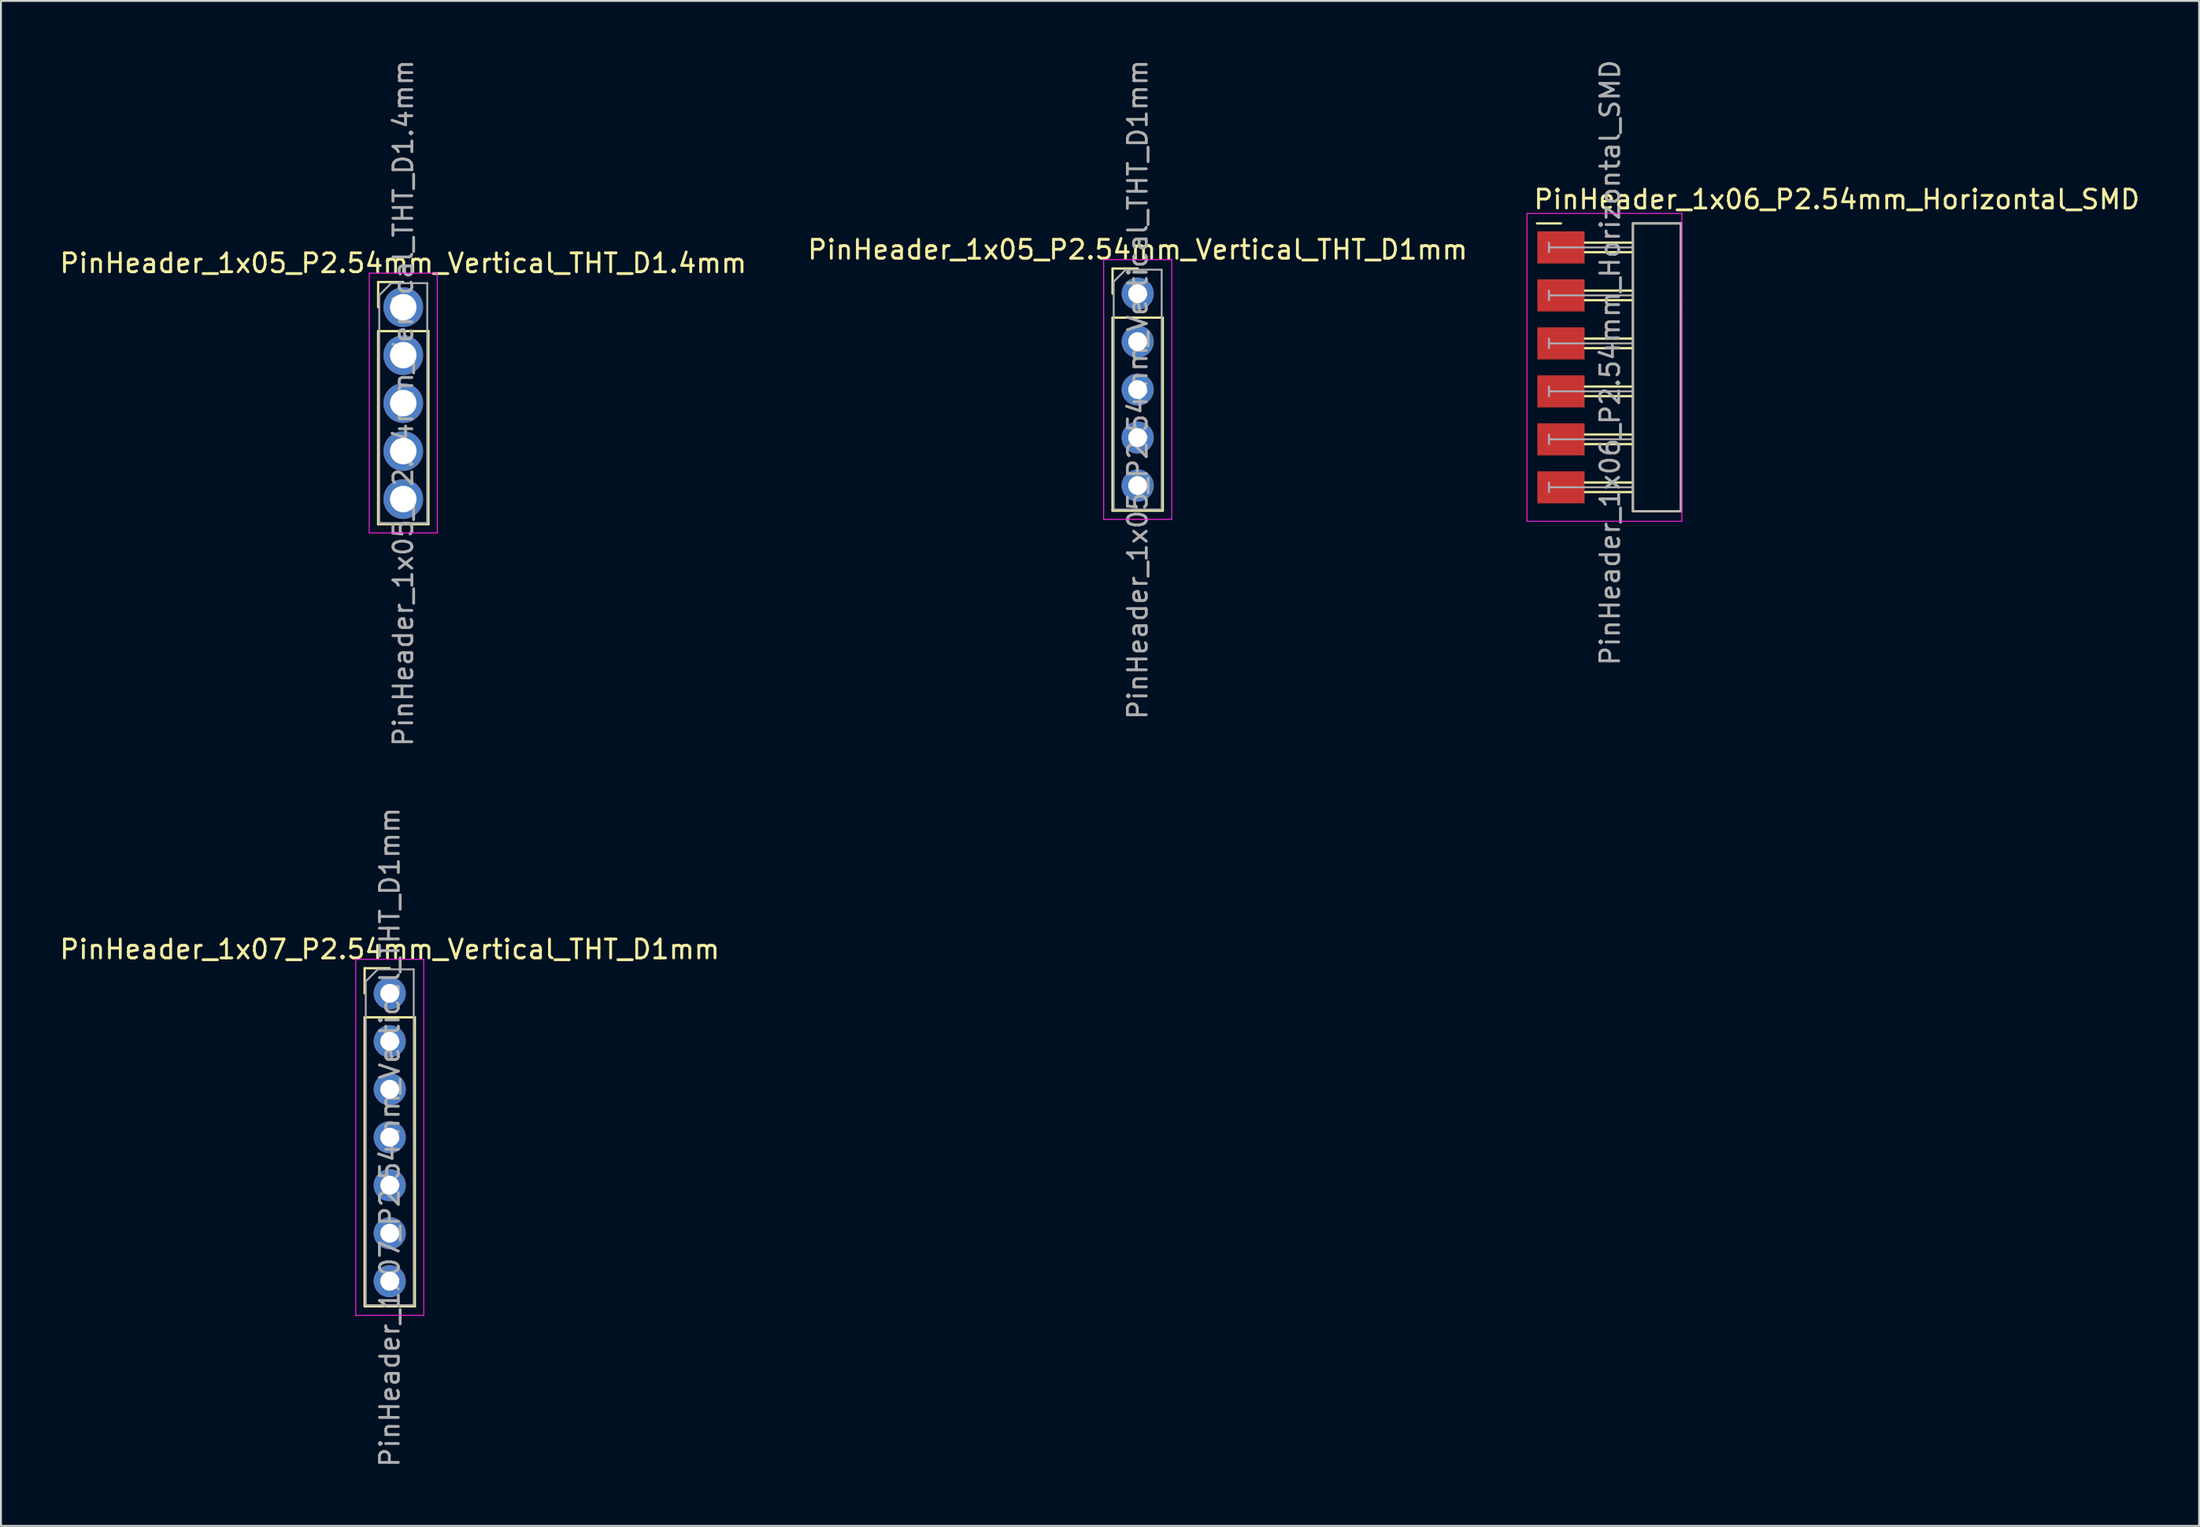
<source format=kicad_pcb>
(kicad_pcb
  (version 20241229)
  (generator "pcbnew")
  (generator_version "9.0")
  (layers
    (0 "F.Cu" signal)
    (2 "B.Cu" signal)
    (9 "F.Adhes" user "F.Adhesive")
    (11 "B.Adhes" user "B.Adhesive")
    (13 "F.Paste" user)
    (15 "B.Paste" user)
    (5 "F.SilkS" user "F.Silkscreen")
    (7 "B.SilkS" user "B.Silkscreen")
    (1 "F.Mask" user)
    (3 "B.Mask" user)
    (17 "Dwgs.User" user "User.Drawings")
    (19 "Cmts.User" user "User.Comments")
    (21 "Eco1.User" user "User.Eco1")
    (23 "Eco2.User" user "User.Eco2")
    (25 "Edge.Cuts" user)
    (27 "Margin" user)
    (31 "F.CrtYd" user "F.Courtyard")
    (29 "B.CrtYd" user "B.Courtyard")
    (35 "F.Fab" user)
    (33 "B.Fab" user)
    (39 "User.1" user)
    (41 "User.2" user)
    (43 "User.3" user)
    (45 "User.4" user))
  (footprint "PinHeader_1x05_P2.54mm_Vertical_THT_D1.4mm"
    (layer "F.Cu")
    (at 18.292 13.212)
    (property "Reference" "PinHeader_1x05_P2.54mm_Vertical_THT_D1.4mm" (at 0 -2.33 0) (layer "F.SilkS") (effects (font (size 1 1) (thickness 0.15))))
    (attr through_hole)
    (fp_line (start -1.33 -1.33) (end 0 -1.33) (stroke (width 0.12) (type solid)) (layer "F.SilkS"))
    (fp_line (start -1.33 0) (end -1.33 -1.33) (stroke (width 0.12) (type solid)) (layer "F.SilkS"))
    (fp_line (start -1.33 1.27) (end -1.33 11.49) (stroke (width 0.12) (type solid)) (layer "F.SilkS"))
    (fp_line (start -1.33 1.27) (end 1.33 1.27) (stroke (width 0.12) (type solid)) (layer "F.SilkS"))
    (fp_line (start -1.33 11.49) (end 1.33 11.49) (stroke (width 0.12) (type solid)) (layer "F.SilkS"))
    (fp_line (start 1.33 1.27) (end 1.33 11.49) (stroke (width 0.12) (type solid)) (layer "F.SilkS"))
    (fp_line (start -1.8 -1.8) (end -1.8 11.95) (stroke (width 0.05) (type solid)) (layer "F.CrtYd"))
    (fp_line (start -1.8 11.95) (end 1.8 11.95) (stroke (width 0.05) (type solid)) (layer "F.CrtYd"))
    (fp_line (start 1.8 -1.8) (end -1.8 -1.8) (stroke (width 0.05) (type solid)) (layer "F.CrtYd"))
    (fp_line (start 1.8 11.95) (end 1.8 -1.8) (stroke (width 0.05) (type solid)) (layer "F.CrtYd"))
    (fp_line (start -1.27 -0.635) (end -0.635 -1.27) (stroke (width 0.1) (type solid)) (layer "F.Fab"))
    (fp_line (start -1.27 11.43) (end -1.27 -0.635) (stroke (width 0.1) (type solid)) (layer "F.Fab"))
    (fp_line (start -0.635 -1.27) (end 1.27 -1.27) (stroke (width 0.1) (type solid)) (layer "F.Fab"))
    (fp_line (start 1.27 -1.27) (end 1.27 11.43) (stroke (width 0.1) (type solid)) (layer "F.Fab"))
    (fp_line (start 1.27 11.43) (end -1.27 11.43) (stroke (width 0.1) (type solid)) (layer "F.Fab"))
    (fp_text user "${REFERENCE}" (at 0 5.08 90) (layer "F.Fab") (effects (font (size 1 1) (thickness 0.15))))
    (pad "1" thru_hole circle (at 0 0) (size 2.1 2.1) (drill 1.4) (layers "*.Cu" "*.Mask"))
    (pad "2" thru_hole circle (at 0 2.54) (size 2.1 2.1) (drill 1.4) (layers "*.Cu" "*.Mask"))
    (pad "3" thru_hole circle (at 0 5.08) (size 2.1 2.1) (drill 1.4) (layers "*.Cu" "*.Mask"))
    (pad "4" thru_hole circle (at 0 7.62) (size 2.1 2.1) (drill 1.4) (layers "*.Cu" "*.Mask"))
    (pad "5" thru_hole circle (at 0 10.16) (size 2.1 2.1) (drill 1.4) (layers "*.Cu" "*.Mask")))
  (footprint "PinHeader_1x06_P2.54mm_Horizontal_SMD"
    (layer "F.Cu")
    (at 79.563 10.049)
    (property "Reference" "PinHeader_1x06_P2.54mm_Horizontal_SMD" (at -1.524 -2.54 180) (layer "F.SilkS") (effects (font (size 1 1) (thickness 0.15)) (justify left)))
    (attr smd)
    (fp_line (start -1.27 -1.27) (end 0 -1.27) (stroke (width 0.12) (type solid)) (layer "F.SilkS"))
    (fp_line (start 3.81 -1.27) (end 6.35 -1.27) (stroke (width 0.12) (type solid)) (layer "F.SilkS"))
    (fp_line (start 3.81 -0.254) (end 1.27 -0.254) (stroke (width 0.12) (type solid)) (layer "F.SilkS"))
    (fp_line (start 3.81 0.254) (end 1.27 0.254) (stroke (width 0.12) (type solid)) (layer "F.SilkS"))
    (fp_line (start 3.81 2.286) (end 1.27 2.286) (stroke (width 0.12) (type solid)) (layer "F.SilkS"))
    (fp_line (start 3.81 2.794) (end 1.27 2.794) (stroke (width 0.12) (type solid)) (layer "F.SilkS"))
    (fp_line (start 3.81 4.826) (end 1.27 4.826) (stroke (width 0.12) (type solid)) (layer "F.SilkS"))
    (fp_line (start 3.81 5.334) (end 1.27 5.334) (stroke (width 0.12) (type solid)) (layer "F.SilkS"))
    (fp_line (start 3.81 7.366) (end 1.27 7.366) (stroke (width 0.12) (type solid)) (layer "F.SilkS"))
    (fp_line (start 3.81 7.874) (end 1.27 7.874) (stroke (width 0.12) (type solid)) (layer "F.SilkS"))
    (fp_line (start 3.81 9.906) (end 1.27 9.906) (stroke (width 0.12) (type solid)) (layer "F.SilkS"))
    (fp_line (start 3.81 10.414) (end 1.27 10.414) (stroke (width 0.12) (type solid)) (layer "F.SilkS"))
    (fp_line (start 3.81 12.446) (end 1.27 12.446) (stroke (width 0.12) (type solid)) (layer "F.SilkS"))
    (fp_line (start 3.81 12.954) (end 1.27 12.954) (stroke (width 0.12) (type solid)) (layer "F.SilkS"))
    (fp_line (start 3.81 13.97) (end 3.81 -1.27) (stroke (width 0.12) (type solid)) (layer "F.SilkS"))
    (fp_line (start 6.35 -1.27) (end 6.35 13.97) (stroke (width 0.12) (type solid)) (layer "F.SilkS"))
    (fp_line (start 6.35 13.97) (end 3.81 13.97) (stroke (width 0.12) (type solid)) (layer "F.SilkS"))
    (fp_line (start -1.8 -1.8) (end -1.8 14.5) (stroke (width 0.05) (type solid)) (layer "F.CrtYd"))
    (fp_line (start -1.8 14.5) (end 6.4 14.5) (stroke (width 0.05) (type solid)) (layer "F.CrtYd"))
    (fp_line (start 6.4 -1.8) (end -1.8 -1.8) (stroke (width 0.05) (type solid)) (layer "F.CrtYd"))
    (fp_line (start 6.4 14.5) (end 6.4 -1.8) (stroke (width 0.05) (type solid)) (layer "F.CrtYd"))
    (fp_line (start -0.635 -0.254) (end -0.635 0.254) (stroke (width 0.1) (type solid)) (layer "F.Fab"))
    (fp_line (start -0.635 2.286) (end -0.635 2.794) (stroke (width 0.1) (type solid)) (layer "F.Fab"))
    (fp_line (start -0.635 4.826) (end -0.635 5.334) (stroke (width 0.1) (type solid)) (layer "F.Fab"))
    (fp_line (start -0.635 7.366) (end -0.635 7.874) (stroke (width 0.1) (type solid)) (layer "F.Fab"))
    (fp_line (start -0.635 9.906) (end -0.635 10.414) (stroke (width 0.1) (type solid)) (layer "F.Fab"))
    (fp_line (start -0.635 12.446) (end -0.635 12.954) (stroke (width 0.1) (type solid)) (layer "F.Fab"))
    (fp_line (start 3.8 -1.27) (end 6.34 -1.27) (stroke (width 0.1) (type solid)) (layer "F.Fab"))
    (fp_line (start 3.8 13.97) (end 3.8 -1.27) (stroke (width 0.1) (type solid)) (layer "F.Fab"))
    (fp_line (start 3.8 13.97) (end 6.35 13.97) (stroke (width 0.1) (type solid)) (layer "F.Fab"))
    (fp_line (start 3.81 0) (end -0.635 0) (stroke (width 0.1) (type solid)) (layer "F.Fab"))
    (fp_line (start 3.81 2.54) (end -0.635 2.54) (stroke (width 0.1) (type solid)) (layer "F.Fab"))
    (fp_line (start 3.81 5.08) (end -0.635 5.08) (stroke (width 0.1) (type solid)) (layer "F.Fab"))
    (fp_line (start 3.81 7.62) (end -0.635 7.62) (stroke (width 0.1) (type solid)) (layer "F.Fab"))
    (fp_line (start 3.81 10.16) (end -0.635 10.16) (stroke (width 0.1) (type solid)) (layer "F.Fab"))
    (fp_line (start 3.81 12.7) (end -0.635 12.7) (stroke (width 0.1) (type solid)) (layer "F.Fab"))
    (fp_line (start 6.34 -1.27) (end 6.35 13.97) (stroke (width 0.1) (type solid)) (layer "F.Fab"))
    (fp_text user "${REFERENCE}" (at 2.6 6.1 90) (layer "F.Fab") (effects (font (size 1 1) (thickness 0.15))))
    (pad "1" smd rect (at 0 0) (size 2.5 1.7) (layers "F.Cu" "F.Mask" "F.Paste"))
    (pad "2" smd rect (at 0 2.54) (size 2.5 1.7) (layers "F.Cu" "F.Mask" "F.Paste"))
    (pad "3" smd rect (at 0 5.08) (size 2.5 1.7) (layers "F.Cu" "F.Mask" "F.Paste"))
    (pad "4" smd rect (at 0 7.62) (size 2.5 1.7) (layers "F.Cu" "F.Mask" "F.Paste"))
    (pad "5" smd rect (at 0 10.16) (size 2.5 1.7) (layers "F.Cu" "F.Mask" "F.Paste"))
    (pad "6" smd rect (at 0 12.7) (size 2.5 1.7) (layers "F.Cu" "F.Mask" "F.Paste")))
  (footprint "PinHeader_1x05_P2.54mm_Vertical_THT_D1mm"
    (layer "F.Cu")
    (at 57.161 12.497)
    (property "Reference" "PinHeader_1x05_P2.54mm_Vertical_THT_D1mm" (at 0 -2.33 0) (layer "F.SilkS") (effects (font (size 1 1) (thickness 0.15))))
    (attr through_hole)
    (fp_line (start -1.33 -1.33) (end 0 -1.33) (stroke (width 0.12) (type solid)) (layer "F.SilkS"))
    (fp_line (start -1.33 0) (end -1.33 -1.33) (stroke (width 0.12) (type solid)) (layer "F.SilkS"))
    (fp_line (start -1.33 1.27) (end -1.33 11.49) (stroke (width 0.12) (type solid)) (layer "F.SilkS"))
    (fp_line (start -1.33 1.27) (end 1.33 1.27) (stroke (width 0.12) (type solid)) (layer "F.SilkS"))
    (fp_line (start -1.33 11.49) (end 1.33 11.49) (stroke (width 0.12) (type solid)) (layer "F.SilkS"))
    (fp_line (start 1.33 1.27) (end 1.33 11.49) (stroke (width 0.12) (type solid)) (layer "F.SilkS"))
    (fp_line (start -1.8 -1.8) (end -1.8 11.95) (stroke (width 0.05) (type solid)) (layer "F.CrtYd"))
    (fp_line (start -1.8 11.95) (end 1.8 11.95) (stroke (width 0.05) (type solid)) (layer "F.CrtYd"))
    (fp_line (start 1.8 -1.8) (end -1.8 -1.8) (stroke (width 0.05) (type solid)) (layer "F.CrtYd"))
    (fp_line (start 1.8 11.95) (end 1.8 -1.8) (stroke (width 0.05) (type solid)) (layer "F.CrtYd"))
    (fp_line (start -1.27 -0.635) (end -0.635 -1.27) (stroke (width 0.1) (type solid)) (layer "F.Fab"))
    (fp_line (start -1.27 11.43) (end -1.27 -0.635) (stroke (width 0.1) (type solid)) (layer "F.Fab"))
    (fp_line (start -0.635 -1.27) (end 1.27 -1.27) (stroke (width 0.1) (type solid)) (layer "F.Fab"))
    (fp_line (start 1.27 -1.27) (end 1.27 11.43) (stroke (width 0.1) (type solid)) (layer "F.Fab"))
    (fp_line (start 1.27 11.43) (end -1.27 11.43) (stroke (width 0.1) (type solid)) (layer "F.Fab"))
    (fp_text user "${REFERENCE}" (at 0 5.08 90) (layer "F.Fab") (effects (font (size 1 1) (thickness 0.15))))
    (pad "1" thru_hole circle (at 0 0) (size 1.7 1.7) (drill 1) (layers "*.Cu" "*.Mask"))
    (pad "2" thru_hole oval (at 0 2.54) (size 1.7 1.7) (drill 1) (layers "*.Cu" "*.Mask"))
    (pad "3" thru_hole oval (at 0 5.08) (size 1.7 1.7) (drill 1) (layers "*.Cu" "*.Mask"))
    (pad "4" thru_hole oval (at 0 7.62) (size 1.7 1.7) (drill 1) (layers "*.Cu" "*.Mask"))
    (pad "5" thru_hole oval (at 0 10.16) (size 1.7 1.7) (drill 1) (layers "*.Cu" "*.Mask")))
  (footprint "PinHeader_1x07_P2.54mm_Vertical_THT_D1mm"
    (layer "F.Cu")
    (at 17.577 49.541)
    (property "Reference" "PinHeader_1x07_P2.54mm_Vertical_THT_D1mm" (at 0 -2.33 0) (layer "F.SilkS") (effects (font (size 1 1) (thickness 0.15))))
    (attr through_hole)
    (fp_line (start -1.33 -1.33) (end 0 -1.33) (stroke (width 0.12) (type solid)) (layer "F.SilkS"))
    (fp_line (start -1.33 0) (end -1.33 -1.33) (stroke (width 0.12) (type solid)) (layer "F.SilkS"))
    (fp_line (start -1.33 1.27) (end -1.33 16.57) (stroke (width 0.12) (type solid)) (layer "F.SilkS"))
    (fp_line (start -1.33 1.27) (end 1.33 1.27) (stroke (width 0.12) (type solid)) (layer "F.SilkS"))
    (fp_line (start -1.33 16.57) (end 1.33 16.57) (stroke (width 0.12) (type solid)) (layer "F.SilkS"))
    (fp_line (start 1.33 1.27) (end 1.33 16.57) (stroke (width 0.12) (type solid)) (layer "F.SilkS"))
    (fp_line (start -1.8 -1.8) (end -1.8 17.05) (stroke (width 0.05) (type solid)) (layer "F.CrtYd"))
    (fp_line (start -1.8 17.05) (end 1.8 17.05) (stroke (width 0.05) (type solid)) (layer "F.CrtYd"))
    (fp_line (start 1.8 -1.8) (end -1.8 -1.8) (stroke (width 0.05) (type solid)) (layer "F.CrtYd"))
    (fp_line (start 1.8 17.05) (end 1.8 -1.8) (stroke (width 0.05) (type solid)) (layer "F.CrtYd"))
    (fp_line (start -1.27 -0.635) (end -0.635 -1.27) (stroke (width 0.1) (type solid)) (layer "F.Fab"))
    (fp_line (start -1.27 16.51) (end -1.27 -0.635) (stroke (width 0.1) (type solid)) (layer "F.Fab"))
    (fp_line (start -0.635 -1.27) (end 1.27 -1.27) (stroke (width 0.1) (type solid)) (layer "F.Fab"))
    (fp_line (start 1.27 -1.27) (end 1.27 16.51) (stroke (width 0.1) (type solid)) (layer "F.Fab"))
    (fp_line (start 1.27 16.51) (end -1.27 16.51) (stroke (width 0.1) (type solid)) (layer "F.Fab"))
    (fp_text user "${REFERENCE}" (at 0 7.62 90) (layer "F.Fab") (effects (font (size 1 1) (thickness 0.15))))
    (pad "1" thru_hole circle (at 0 0) (size 1.7 1.7) (drill 1) (layers "*.Cu" "*.Mask"))
    (pad "2" thru_hole oval (at 0 2.54) (size 1.7 1.7) (drill 1) (layers "*.Cu" "*.Mask"))
    (pad "3" thru_hole oval (at 0 5.08) (size 1.7 1.7) (drill 1) (layers "*.Cu" "*.Mask"))
    (pad "4" thru_hole oval (at 0 7.62) (size 1.7 1.7) (drill 1) (layers "*.Cu" "*.Mask"))
    (pad "5" thru_hole oval (at 0 10.16) (size 1.7 1.7) (drill 1) (layers "*.Cu" "*.Mask"))
    (pad "6" thru_hole oval (at 0 12.7) (size 1.7 1.7) (drill 1) (layers "*.Cu" "*.Mask"))
    (pad "7" thru_hole oval (at 0 15.24) (size 1.7 1.7) (drill 1) (layers "*.Cu" "*.Mask")))
  (gr_rect
    (start -3 -3)
    (end 113.337 77.738)
    (stroke (width 0.1) (type default))
    (fill no)
    (layer "Edge.Cuts")))
</source>
